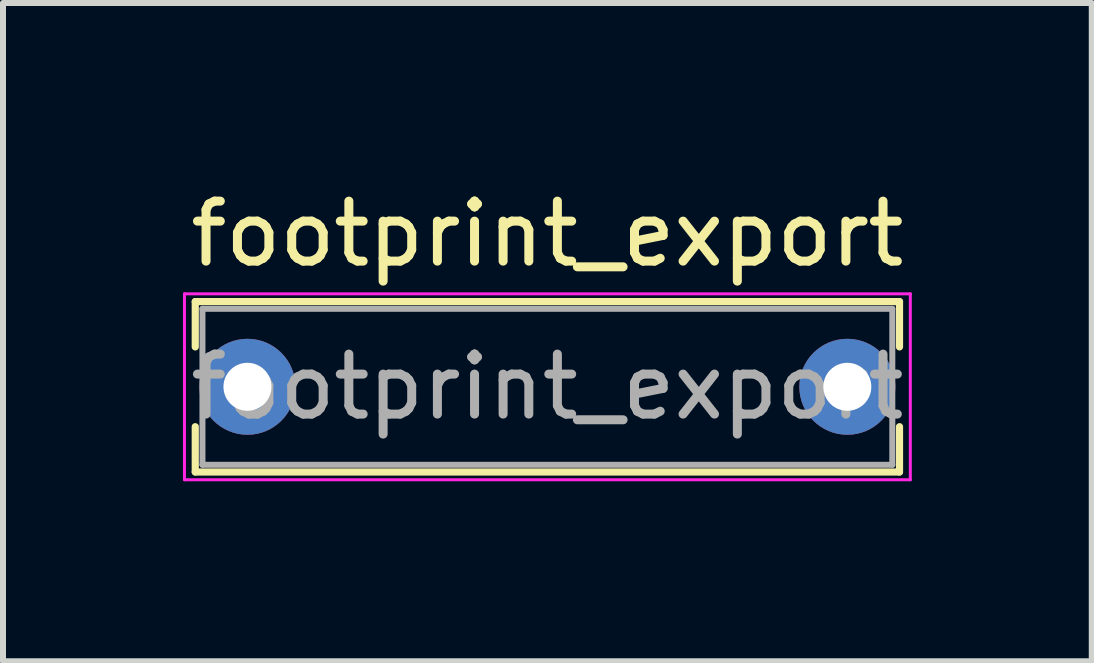
<source format=kicad_pcb>
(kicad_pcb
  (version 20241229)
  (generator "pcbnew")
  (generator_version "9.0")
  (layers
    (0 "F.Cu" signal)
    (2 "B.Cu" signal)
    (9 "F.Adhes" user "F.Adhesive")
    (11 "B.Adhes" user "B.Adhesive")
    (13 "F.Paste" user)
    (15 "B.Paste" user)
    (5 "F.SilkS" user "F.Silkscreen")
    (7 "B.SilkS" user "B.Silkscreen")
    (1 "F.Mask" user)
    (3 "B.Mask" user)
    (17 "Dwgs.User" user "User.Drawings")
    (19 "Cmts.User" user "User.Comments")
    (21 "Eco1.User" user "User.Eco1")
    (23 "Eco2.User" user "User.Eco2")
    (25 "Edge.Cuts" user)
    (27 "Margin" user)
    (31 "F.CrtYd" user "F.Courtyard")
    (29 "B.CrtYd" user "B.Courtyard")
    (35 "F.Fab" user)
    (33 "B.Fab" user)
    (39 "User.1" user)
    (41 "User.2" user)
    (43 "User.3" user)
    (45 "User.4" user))
  (footprint "footprint_export"
    (layer "F.Cu")
    (at 1.075 3.398)
    (property "Reference" "footprint_export" (at 5 -2.55 0) (layer "F.SilkS") (effects (font (size 1 1) (thickness 0.15))))
    (attr through_hole)
    (fp_line (start -0.87 -1.42) (end -0.87 -0.665) (stroke (width 0.12) (type solid)) (layer "F.SilkS"))
    (fp_line (start -0.87 -1.42) (end 10.87 -1.42) (stroke (width 0.12) (type solid)) (layer "F.SilkS"))
    (fp_line (start -0.87 0.665) (end -0.87 1.42) (stroke (width 0.12) (type solid)) (layer "F.SilkS"))
    (fp_line (start -0.87 1.42) (end 10.87 1.42) (stroke (width 0.12) (type solid)) (layer "F.SilkS"))
    (fp_line (start 10.87 -1.42) (end 10.87 -0.665) (stroke (width 0.12) (type solid)) (layer "F.SilkS"))
    (fp_line (start 10.87 0.665) (end 10.87 1.42) (stroke (width 0.12) (type solid)) (layer "F.SilkS"))
    (fp_line (start -1.05 -1.55) (end -1.05 1.55) (stroke (width 0.05) (type solid)) (layer "F.CrtYd"))
    (fp_line (start -1.05 1.55) (end 11.05 1.55) (stroke (width 0.05) (type solid)) (layer "F.CrtYd"))
    (fp_line (start 11.05 -1.55) (end -1.05 -1.55) (stroke (width 0.05) (type solid)) (layer "F.CrtYd"))
    (fp_line (start 11.05 1.55) (end 11.05 -1.55) (stroke (width 0.05) (type solid)) (layer "F.CrtYd"))
    (fp_line (start -0.75 -1.3) (end -0.75 1.3) (stroke (width 0.1) (type solid)) (layer "F.Fab"))
    (fp_line (start -0.75 1.3) (end 10.75 1.3) (stroke (width 0.1) (type solid)) (layer "F.Fab"))
    (fp_line (start 10.75 -1.3) (end -0.75 -1.3) (stroke (width 0.1) (type solid)) (layer "F.Fab"))
    (fp_line (start 10.75 1.3) (end 10.75 -1.3) (stroke (width 0.1) (type solid)) (layer "F.Fab"))
    (fp_text user "${REFERENCE}" (at 5 0 0) (layer "F.Fab") (effects (font (size 1 1) (thickness 0.15))))
    (pad "1" thru_hole circle (at 0 0) (size 1.6 1.6) (drill 0.8) (layers "*.Cu" "*.Mask"))
    (pad "2" thru_hole circle (at 10 0) (size 1.6 1.6) (drill 0.8) (layers "*.Cu" "*.Mask")))
  (gr_rect
    (start -3 -3)
    (end 15.15 7.973)
    (stroke (width 0.1) (type default))
    (fill no)
    (layer "Edge.Cuts")))
</source>
